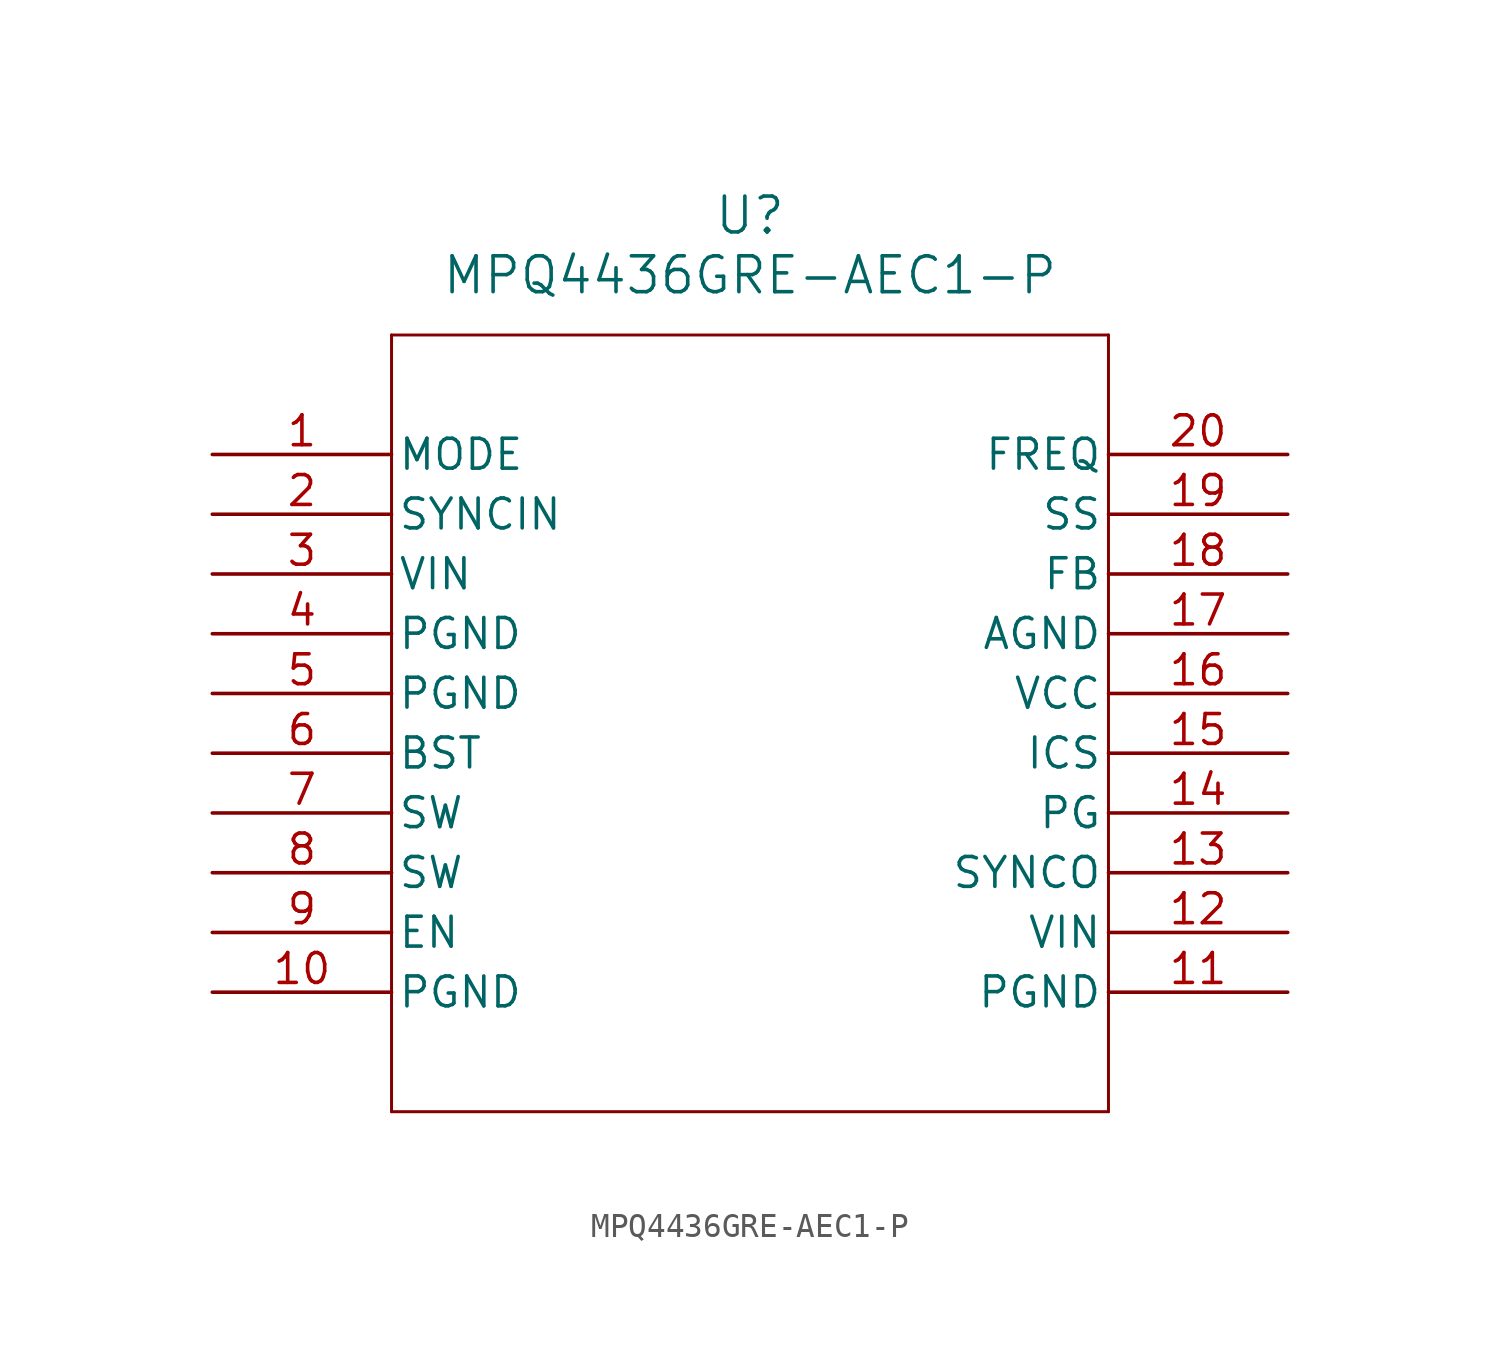
<source format=kicad_sym>
(kicad_symbol_lib
  (version 20211014)
  (generator kicad_symbol_editor)
  (symbol "MPQ4436GRE-AEC1-P"
    (pin_names
      (offset 0.254))
    (property "Reference" "U"
      (at 22.86 10.16 0)
      (effects (font (size 1.524 1.524))))
    (property "Value" "MPQ4436GRE-AEC1-P"
      (at 22.86 7.62 0)
      (effects (font (size 1.524 1.524))))
    (symbol "MPQ4436GRE-AEC1-P_0_1"
      (polyline (pts (xy 7.62 5.08) (xy 7.62 -27.94)) (stroke (width 0.127) (type default) (color 0 0 0 0)) (fill (type none)))
      (polyline (pts (xy 7.62 -27.94) (xy 38.1 -27.94)) (stroke (width 0.127) (type default) (color 0 0 0 0)) (fill (type none)))
      (polyline (pts (xy 38.1 -27.94) (xy 38.1 5.08)) (stroke (width 0.127) (type default) (color 0 0 0 0)) (fill (type none)))
      (polyline (pts (xy 38.1 5.08) (xy 7.62 5.08)) (stroke (width 0.127) (type default) (color 0 0 0 0)) (fill (type none)))
      (pin unspecified line (at 0 0 0) (length 7.62) (name "MODE" (effects (font (size 1.27 1.27)))) (number "1" (effects (font (size 1.27 1.27)))))
      (pin input line (at 0 -2.54 0) (length 7.62) (name "SYNCIN" (effects (font (size 1.27 1.27)))) (number "2" (effects (font (size 1.27 1.27)))))
      (pin power_in line (at 0 -5.08 0) (length 7.62) (name "VIN" (effects (font (size 1.27 1.27)))) (number "3" (effects (font (size 1.27 1.27)))))
      (pin power_out line (at 0 -7.62 0) (length 7.62) (name "PGND" (effects (font (size 1.27 1.27)))) (number "4" (effects (font (size 1.27 1.27)))))
      (pin power_out line (at 0 -10.16 0) (length 7.62) (name "PGND" (effects (font (size 1.27 1.27)))) (number "5" (effects (font (size 1.27 1.27)))))
      (pin power_in line (at 0 -12.7 0) (length 7.62) (name "BST" (effects (font (size 1.27 1.27)))) (number "6" (effects (font (size 1.27 1.27)))))
      (pin output line (at 0 -15.24 0) (length 7.62) (name "SW" (effects (font (size 1.27 1.27)))) (number "7" (effects (font (size 1.27 1.27)))))
      (pin output line (at 0 -17.78 0) (length 7.62) (name "SW" (effects (font (size 1.27 1.27)))) (number "8" (effects (font (size 1.27 1.27)))))
      (pin unspecified line (at 0 -20.32 0) (length 7.62) (name "EN" (effects (font (size 1.27 1.27)))) (number "9" (effects (font (size 1.27 1.27)))))
      (pin power_out line (at 0 -22.86 0) (length 7.62) (name "PGND" (effects (font (size 1.27 1.27)))) (number "10" (effects (font (size 1.27 1.27)))))
      (pin power_out line (at 45.72 -22.86 180) (length 7.62) (name "PGND" (effects (font (size 1.27 1.27)))) (number "11" (effects (font (size 1.27 1.27)))))
      (pin power_in line (at 45.72 -20.32 180) (length 7.62) (name "VIN" (effects (font (size 1.27 1.27)))) (number "12" (effects (font (size 1.27 1.27)))))
      (pin output line (at 45.72 -17.78 180) (length 7.62) (name "SYNCO" (effects (font (size 1.27 1.27)))) (number "13" (effects (font (size 1.27 1.27)))))
      (pin output line (at 45.72 -15.24 180) (length 7.62) (name "PG" (effects (font (size 1.27 1.27)))) (number "14" (effects (font (size 1.27 1.27)))))
      (pin unspecified line (at 45.72 -12.7 180) (length 7.62) (name "ICS" (effects (font (size 1.27 1.27)))) (number "15" (effects (font (size 1.27 1.27)))))
      (pin power_in line (at 45.72 -10.16 180) (length 7.62) (name "VCC" (effects (font (size 1.27 1.27)))) (number "16" (effects (font (size 1.27 1.27)))))
      (pin power_out line (at 45.72 -7.62 180) (length 7.62) (name "AGND" (effects (font (size 1.27 1.27)))) (number "17" (effects (font (size 1.27 1.27)))))
      (pin input line (at 45.72 -5.08 180) (length 7.62) (name "FB" (effects (font (size 1.27 1.27)))) (number "18" (effects (font (size 1.27 1.27)))))
      (pin input line (at 45.72 -2.54 180) (length 7.62) (name "SS" (effects (font (size 1.27 1.27)))) (number "19" (effects (font (size 1.27 1.27)))))
      (pin unspecified line (at 45.72 0 180) (length 7.62) (name "FREQ" (effects (font (size 1.27 1.27)))) (number "20" (effects (font (size 1.27 1.27))))))))
</source>
